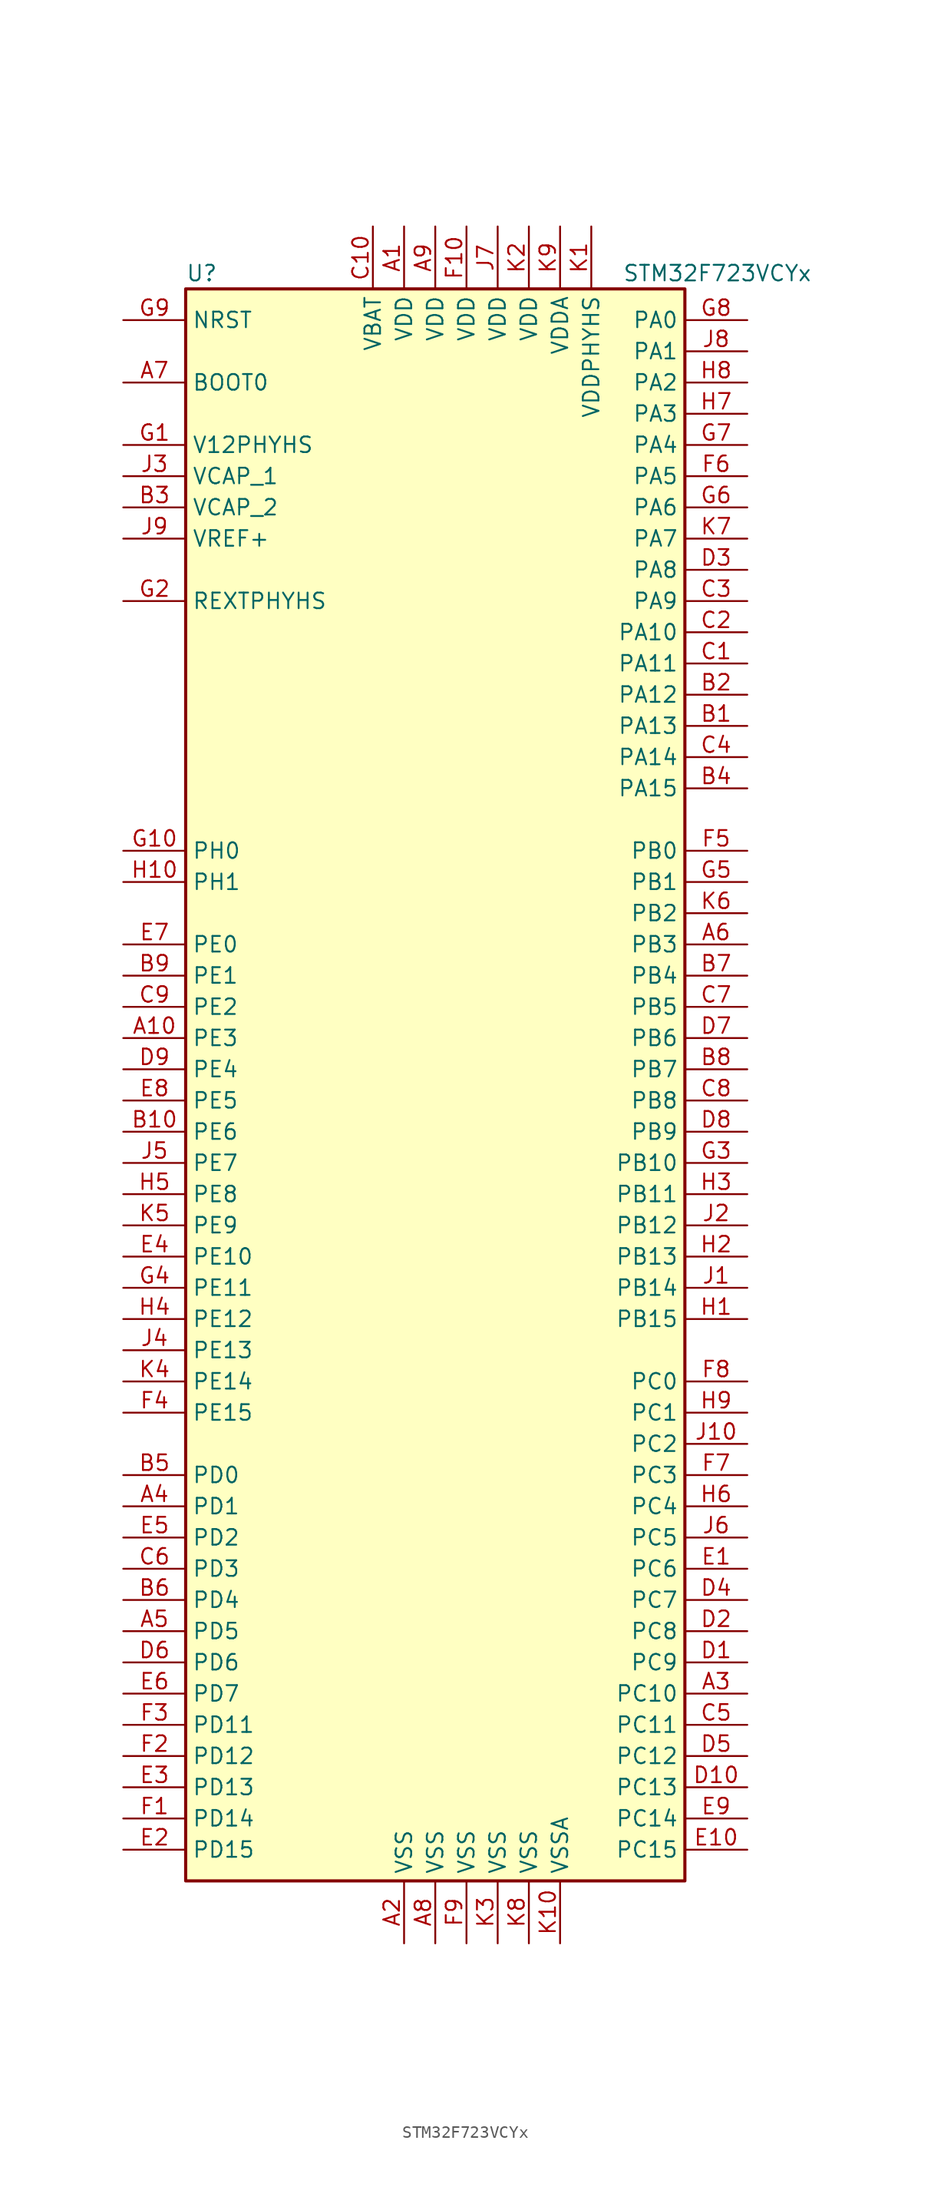
<source format=kicad_sym>
(kicad_symbol_lib
  (version 20201005)
  (generator kicad_symbol_editor)
  (symbol "STM32F723VCYx"
    (property "Reference" "U"
      (at -20.32 64.77 0)
      (effects (font (size 1.27 1.27)) (justify left)))
    (property "Value" "STM32F723VCYx"
      (at 15.24 64.77 0)
      (effects (font (size 1.27 1.27)) (justify left)))
    (symbol "STM32F723VCYx_0_1"
      (rectangle (start -20.32 -66.04) (end 20.32 63.5) (stroke (width 0.254)) (fill (type background))))
    (symbol "STM32F723VCYx_1_1"
      (pin power_in line (at -2.54 68.58 270) (length 5.08) (name "VDD" (effects (font (size 1.27 1.27)))) (number "A1" (effects (font (size 1.27 1.27)))))
      (pin bidirectional line (at -25.4 2.54 0) (length 5.08) (name "PE3" (effects (font (size 1.27 1.27)))) (number "A10" (effects (font (size 1.27 1.27)))))
      (pin power_in line (at -2.54 -71.12 90) (length 5.08) (name "VSS" (effects (font (size 1.27 1.27)))) (number "A2" (effects (font (size 1.27 1.27)))))
      (pin bidirectional line (at 25.4 -50.8 180) (length 5.08) (name "PC10" (effects (font (size 1.27 1.27)))) (number "A3" (effects (font (size 1.27 1.27)))))
      (pin bidirectional line (at -25.4 -35.56 0) (length 5.08) (name "PD1" (effects (font (size 1.27 1.27)))) (number "A4" (effects (font (size 1.27 1.27)))))
      (pin bidirectional line (at -25.4 -45.72 0) (length 5.08) (name "PD5" (effects (font (size 1.27 1.27)))) (number "A5" (effects (font (size 1.27 1.27)))))
      (pin bidirectional line (at 25.4 10.16 180) (length 5.08) (name "PB3" (effects (font (size 1.27 1.27)))) (number "A6" (effects (font (size 1.27 1.27)))))
      (pin input line (at -25.4 55.88 0) (length 5.08) (name "BOOT0" (effects (font (size 1.27 1.27)))) (number "A7" (effects (font (size 1.27 1.27)))))
      (pin power_in line (at 0 -71.12 90) (length 5.08) (name "VSS" (effects (font (size 1.27 1.27)))) (number "A8" (effects (font (size 1.27 1.27)))))
      (pin power_in line (at 0 68.58 270) (length 5.08) (name "VDD" (effects (font (size 1.27 1.27)))) (number "A9" (effects (font (size 1.27 1.27)))))
      (pin bidirectional line (at 25.4 27.94 180) (length 5.08) (name "PA13" (effects (font (size 1.27 1.27)))) (number "B1" (effects (font (size 1.27 1.27)))))
      (pin bidirectional line (at -25.4 -5.08 0) (length 5.08) (name "PE6" (effects (font (size 1.27 1.27)))) (number "B10" (effects (font (size 1.27 1.27)))))
      (pin bidirectional line (at 25.4 30.48 180) (length 5.08) (name "PA12" (effects (font (size 1.27 1.27)))) (number "B2" (effects (font (size 1.27 1.27)))))
      (pin power_in line (at -25.4 45.72 0) (length 5.08) (name "VCAP_2" (effects (font (size 1.27 1.27)))) (number "B3" (effects (font (size 1.27 1.27)))))
      (pin bidirectional line (at 25.4 22.86 180) (length 5.08) (name "PA15" (effects (font (size 1.27 1.27)))) (number "B4" (effects (font (size 1.27 1.27)))))
      (pin bidirectional line (at -25.4 -33.02 0) (length 5.08) (name "PD0" (effects (font (size 1.27 1.27)))) (number "B5" (effects (font (size 1.27 1.27)))))
      (pin bidirectional line (at -25.4 -43.18 0) (length 5.08) (name "PD4" (effects (font (size 1.27 1.27)))) (number "B6" (effects (font (size 1.27 1.27)))))
      (pin bidirectional line (at 25.4 7.62 180) (length 5.08) (name "PB4" (effects (font (size 1.27 1.27)))) (number "B7" (effects (font (size 1.27 1.27)))))
      (pin bidirectional line (at 25.4 0 180) (length 5.08) (name "PB7" (effects (font (size 1.27 1.27)))) (number "B8" (effects (font (size 1.27 1.27)))))
      (pin bidirectional line (at -25.4 7.62 0) (length 5.08) (name "PE1" (effects (font (size 1.27 1.27)))) (number "B9" (effects (font (size 1.27 1.27)))))
      (pin bidirectional line (at 25.4 33.02 180) (length 5.08) (name "PA11" (effects (font (size 1.27 1.27)))) (number "C1" (effects (font (size 1.27 1.27)))))
      (pin power_in line (at -5.08 68.58 270) (length 5.08) (name "VBAT" (effects (font (size 1.27 1.27)))) (number "C10" (effects (font (size 1.27 1.27)))))
      (pin bidirectional line (at 25.4 35.56 180) (length 5.08) (name "PA10" (effects (font (size 1.27 1.27)))) (number "C2" (effects (font (size 1.27 1.27)))))
      (pin bidirectional line (at 25.4 38.1 180) (length 5.08) (name "PA9" (effects (font (size 1.27 1.27)))) (number "C3" (effects (font (size 1.27 1.27)))))
      (pin bidirectional line (at 25.4 25.4 180) (length 5.08) (name "PA14" (effects (font (size 1.27 1.27)))) (number "C4" (effects (font (size 1.27 1.27)))))
      (pin bidirectional line (at 25.4 -53.34 180) (length 5.08) (name "PC11" (effects (font (size 1.27 1.27)))) (number "C5" (effects (font (size 1.27 1.27)))))
      (pin bidirectional line (at -25.4 -40.64 0) (length 5.08) (name "PD3" (effects (font (size 1.27 1.27)))) (number "C6" (effects (font (size 1.27 1.27)))))
      (pin bidirectional line (at 25.4 5.08 180) (length 5.08) (name "PB5" (effects (font (size 1.27 1.27)))) (number "C7" (effects (font (size 1.27 1.27)))))
      (pin bidirectional line (at 25.4 -2.54 180) (length 5.08) (name "PB8" (effects (font (size 1.27 1.27)))) (number "C8" (effects (font (size 1.27 1.27)))))
      (pin bidirectional line (at -25.4 5.08 0) (length 5.08) (name "PE2" (effects (font (size 1.27 1.27)))) (number "C9" (effects (font (size 1.27 1.27)))))
      (pin bidirectional line (at 25.4 -48.26 180) (length 5.08) (name "PC9" (effects (font (size 1.27 1.27)))) (number "D1" (effects (font (size 1.27 1.27)))))
      (pin bidirectional line (at 25.4 -58.42 180) (length 5.08) (name "PC13" (effects (font (size 1.27 1.27)))) (number "D10" (effects (font (size 1.27 1.27)))))
      (pin bidirectional line (at 25.4 -45.72 180) (length 5.08) (name "PC8" (effects (font (size 1.27 1.27)))) (number "D2" (effects (font (size 1.27 1.27)))))
      (pin bidirectional line (at 25.4 40.64 180) (length 5.08) (name "PA8" (effects (font (size 1.27 1.27)))) (number "D3" (effects (font (size 1.27 1.27)))))
      (pin bidirectional line (at 25.4 -43.18 180) (length 5.08) (name "PC7" (effects (font (size 1.27 1.27)))) (number "D4" (effects (font (size 1.27 1.27)))))
      (pin bidirectional line (at 25.4 -55.88 180) (length 5.08) (name "PC12" (effects (font (size 1.27 1.27)))) (number "D5" (effects (font (size 1.27 1.27)))))
      (pin bidirectional line (at -25.4 -48.26 0) (length 5.08) (name "PD6" (effects (font (size 1.27 1.27)))) (number "D6" (effects (font (size 1.27 1.27)))))
      (pin bidirectional line (at 25.4 2.54 180) (length 5.08) (name "PB6" (effects (font (size 1.27 1.27)))) (number "D7" (effects (font (size 1.27 1.27)))))
      (pin bidirectional line (at 25.4 -5.08 180) (length 5.08) (name "PB9" (effects (font (size 1.27 1.27)))) (number "D8" (effects (font (size 1.27 1.27)))))
      (pin bidirectional line (at -25.4 0 0) (length 5.08) (name "PE4" (effects (font (size 1.27 1.27)))) (number "D9" (effects (font (size 1.27 1.27)))))
      (pin bidirectional line (at 25.4 -40.64 180) (length 5.08) (name "PC6" (effects (font (size 1.27 1.27)))) (number "E1" (effects (font (size 1.27 1.27)))))
      (pin bidirectional line (at 25.4 -63.5 180) (length 5.08) (name "PC15" (effects (font (size 1.27 1.27)))) (number "E10" (effects (font (size 1.27 1.27)))))
      (pin bidirectional line (at -25.4 -63.5 0) (length 5.08) (name "PD15" (effects (font (size 1.27 1.27)))) (number "E2" (effects (font (size 1.27 1.27)))))
      (pin bidirectional line (at -25.4 -58.42 0) (length 5.08) (name "PD13" (effects (font (size 1.27 1.27)))) (number "E3" (effects (font (size 1.27 1.27)))))
      (pin bidirectional line (at -25.4 -15.24 0) (length 5.08) (name "PE10" (effects (font (size 1.27 1.27)))) (number "E4" (effects (font (size 1.27 1.27)))))
      (pin bidirectional line (at -25.4 -38.1 0) (length 5.08) (name "PD2" (effects (font (size 1.27 1.27)))) (number "E5" (effects (font (size 1.27 1.27)))))
      (pin bidirectional line (at -25.4 -50.8 0) (length 5.08) (name "PD7" (effects (font (size 1.27 1.27)))) (number "E6" (effects (font (size 1.27 1.27)))))
      (pin bidirectional line (at -25.4 10.16 0) (length 5.08) (name "PE0" (effects (font (size 1.27 1.27)))) (number "E7" (effects (font (size 1.27 1.27)))))
      (pin bidirectional line (at -25.4 -2.54 0) (length 5.08) (name "PE5" (effects (font (size 1.27 1.27)))) (number "E8" (effects (font (size 1.27 1.27)))))
      (pin bidirectional line (at 25.4 -60.96 180) (length 5.08) (name "PC14" (effects (font (size 1.27 1.27)))) (number "E9" (effects (font (size 1.27 1.27)))))
      (pin bidirectional line (at -25.4 -60.96 0) (length 5.08) (name "PD14" (effects (font (size 1.27 1.27)))) (number "F1" (effects (font (size 1.27 1.27)))))
      (pin power_in line (at 2.54 68.58 270) (length 5.08) (name "VDD" (effects (font (size 1.27 1.27)))) (number "F10" (effects (font (size 1.27 1.27)))))
      (pin bidirectional line (at -25.4 -55.88 0) (length 5.08) (name "PD12" (effects (font (size 1.27 1.27)))) (number "F2" (effects (font (size 1.27 1.27)))))
      (pin bidirectional line (at -25.4 -53.34 0) (length 5.08) (name "PD11" (effects (font (size 1.27 1.27)))) (number "F3" (effects (font (size 1.27 1.27)))))
      (pin bidirectional line (at -25.4 -27.94 0) (length 5.08) (name "PE15" (effects (font (size 1.27 1.27)))) (number "F4" (effects (font (size 1.27 1.27)))))
      (pin bidirectional line (at 25.4 17.78 180) (length 5.08) (name "PB0" (effects (font (size 1.27 1.27)))) (number "F5" (effects (font (size 1.27 1.27)))))
      (pin bidirectional line (at 25.4 48.26 180) (length 5.08) (name "PA5" (effects (font (size 1.27 1.27)))) (number "F6" (effects (font (size 1.27 1.27)))))
      (pin bidirectional line (at 25.4 -33.02 180) (length 5.08) (name "PC3" (effects (font (size 1.27 1.27)))) (number "F7" (effects (font (size 1.27 1.27)))))
      (pin bidirectional line (at 25.4 -25.4 180) (length 5.08) (name "PC0" (effects (font (size 1.27 1.27)))) (number "F8" (effects (font (size 1.27 1.27)))))
      (pin power_in line (at 2.54 -71.12 90) (length 5.08) (name "VSS" (effects (font (size 1.27 1.27)))) (number "F9" (effects (font (size 1.27 1.27)))))
      (pin power_in line (at -25.4 50.8 0) (length 5.08) (name "V12PHYHS" (effects (font (size 1.27 1.27)))) (number "G1" (effects (font (size 1.27 1.27)))))
      (pin input line (at -25.4 17.78 0) (length 5.08) (name "PH0" (effects (font (size 1.27 1.27)))) (number "G10" (effects (font (size 1.27 1.27)))))
      (pin bidirectional line (at -25.4 38.1 0) (length 5.08) (name "REXTPHYHS" (effects (font (size 1.27 1.27)))) (number "G2" (effects (font (size 1.27 1.27)))))
      (pin bidirectional line (at 25.4 -7.62 180) (length 5.08) (name "PB10" (effects (font (size 1.27 1.27)))) (number "G3" (effects (font (size 1.27 1.27)))))
      (pin bidirectional line (at -25.4 -17.78 0) (length 5.08) (name "PE11" (effects (font (size 1.27 1.27)))) (number "G4" (effects (font (size 1.27 1.27)))))
      (pin bidirectional line (at 25.4 15.24 180) (length 5.08) (name "PB1" (effects (font (size 1.27 1.27)))) (number "G5" (effects (font (size 1.27 1.27)))))
      (pin bidirectional line (at 25.4 45.72 180) (length 5.08) (name "PA6" (effects (font (size 1.27 1.27)))) (number "G6" (effects (font (size 1.27 1.27)))))
      (pin bidirectional line (at 25.4 50.8 180) (length 5.08) (name "PA4" (effects (font (size 1.27 1.27)))) (number "G7" (effects (font (size 1.27 1.27)))))
      (pin bidirectional line (at 25.4 60.96 180) (length 5.08) (name "PA0" (effects (font (size 1.27 1.27)))) (number "G8" (effects (font (size 1.27 1.27)))))
      (pin input line (at -25.4 60.96 0) (length 5.08) (name "NRST" (effects (font (size 1.27 1.27)))) (number "G9" (effects (font (size 1.27 1.27)))))
      (pin bidirectional line (at 25.4 -20.32 180) (length 5.08) (name "PB15" (effects (font (size 1.27 1.27)))) (number "H1" (effects (font (size 1.27 1.27)))))
      (pin input line (at -25.4 15.24 0) (length 5.08) (name "PH1" (effects (font (size 1.27 1.27)))) (number "H10" (effects (font (size 1.27 1.27)))))
      (pin bidirectional line (at 25.4 -15.24 180) (length 5.08) (name "PB13" (effects (font (size 1.27 1.27)))) (number "H2" (effects (font (size 1.27 1.27)))))
      (pin bidirectional line (at 25.4 -10.16 180) (length 5.08) (name "PB11" (effects (font (size 1.27 1.27)))) (number "H3" (effects (font (size 1.27 1.27)))))
      (pin bidirectional line (at -25.4 -20.32 0) (length 5.08) (name "PE12" (effects (font (size 1.27 1.27)))) (number "H4" (effects (font (size 1.27 1.27)))))
      (pin bidirectional line (at -25.4 -10.16 0) (length 5.08) (name "PE8" (effects (font (size 1.27 1.27)))) (number "H5" (effects (font (size 1.27 1.27)))))
      (pin bidirectional line (at 25.4 -35.56 180) (length 5.08) (name "PC4" (effects (font (size 1.27 1.27)))) (number "H6" (effects (font (size 1.27 1.27)))))
      (pin bidirectional line (at 25.4 53.34 180) (length 5.08) (name "PA3" (effects (font (size 1.27 1.27)))) (number "H7" (effects (font (size 1.27 1.27)))))
      (pin bidirectional line (at 25.4 55.88 180) (length 5.08) (name "PA2" (effects (font (size 1.27 1.27)))) (number "H8" (effects (font (size 1.27 1.27)))))
      (pin bidirectional line (at 25.4 -27.94 180) (length 5.08) (name "PC1" (effects (font (size 1.27 1.27)))) (number "H9" (effects (font (size 1.27 1.27)))))
      (pin bidirectional line (at 25.4 -17.78 180) (length 5.08) (name "PB14" (effects (font (size 1.27 1.27)))) (number "J1" (effects (font (size 1.27 1.27)))))
      (pin bidirectional line (at 25.4 -30.48 180) (length 5.08) (name "PC2" (effects (font (size 1.27 1.27)))) (number "J10" (effects (font (size 1.27 1.27)))))
      (pin bidirectional line (at 25.4 -12.7 180) (length 5.08) (name "PB12" (effects (font (size 1.27 1.27)))) (number "J2" (effects (font (size 1.27 1.27)))))
      (pin power_in line (at -25.4 48.26 0) (length 5.08) (name "VCAP_1" (effects (font (size 1.27 1.27)))) (number "J3" (effects (font (size 1.27 1.27)))))
      (pin bidirectional line (at -25.4 -22.86 0) (length 5.08) (name "PE13" (effects (font (size 1.27 1.27)))) (number "J4" (effects (font (size 1.27 1.27)))))
      (pin bidirectional line (at -25.4 -7.62 0) (length 5.08) (name "PE7" (effects (font (size 1.27 1.27)))) (number "J5" (effects (font (size 1.27 1.27)))))
      (pin bidirectional line (at 25.4 -38.1 180) (length 5.08) (name "PC5" (effects (font (size 1.27 1.27)))) (number "J6" (effects (font (size 1.27 1.27)))))
      (pin power_in line (at 5.08 68.58 270) (length 5.08) (name "VDD" (effects (font (size 1.27 1.27)))) (number "J7" (effects (font (size 1.27 1.27)))))
      (pin bidirectional line (at 25.4 58.42 180) (length 5.08) (name "PA1" (effects (font (size 1.27 1.27)))) (number "J8" (effects (font (size 1.27 1.27)))))
      (pin power_in line (at -25.4 43.18 0) (length 5.08) (name "VREF+" (effects (font (size 1.27 1.27)))) (number "J9" (effects (font (size 1.27 1.27)))))
      (pin power_in line (at 12.7 68.58 270) (length 5.08) (name "VDDPHYHS" (effects (font (size 1.27 1.27)))) (number "K1" (effects (font (size 1.27 1.27)))))
      (pin power_in line (at 10.16 -71.12 90) (length 5.08) (name "VSSA" (effects (font (size 1.27 1.27)))) (number "K10" (effects (font (size 1.27 1.27)))))
      (pin power_in line (at 7.62 68.58 270) (length 5.08) (name "VDD" (effects (font (size 1.27 1.27)))) (number "K2" (effects (font (size 1.27 1.27)))))
      (pin power_in line (at 5.08 -71.12 90) (length 5.08) (name "VSS" (effects (font (size 1.27 1.27)))) (number "K3" (effects (font (size 1.27 1.27)))))
      (pin bidirectional line (at -25.4 -25.4 0) (length 5.08) (name "PE14" (effects (font (size 1.27 1.27)))) (number "K4" (effects (font (size 1.27 1.27)))))
      (pin bidirectional line (at -25.4 -12.7 0) (length 5.08) (name "PE9" (effects (font (size 1.27 1.27)))) (number "K5" (effects (font (size 1.27 1.27)))))
      (pin bidirectional line (at 25.4 12.7 180) (length 5.08) (name "PB2" (effects (font (size 1.27 1.27)))) (number "K6" (effects (font (size 1.27 1.27)))))
      (pin bidirectional line (at 25.4 43.18 180) (length 5.08) (name "PA7" (effects (font (size 1.27 1.27)))) (number "K7" (effects (font (size 1.27 1.27)))))
      (pin power_in line (at 7.62 -71.12 90) (length 5.08) (name "VSS" (effects (font (size 1.27 1.27)))) (number "K8" (effects (font (size 1.27 1.27)))))
      (pin power_in line (at 10.16 68.58 270) (length 5.08) (name "VDDA" (effects (font (size 1.27 1.27)))) (number "K9" (effects (font (size 1.27 1.27))))))))
</source>
